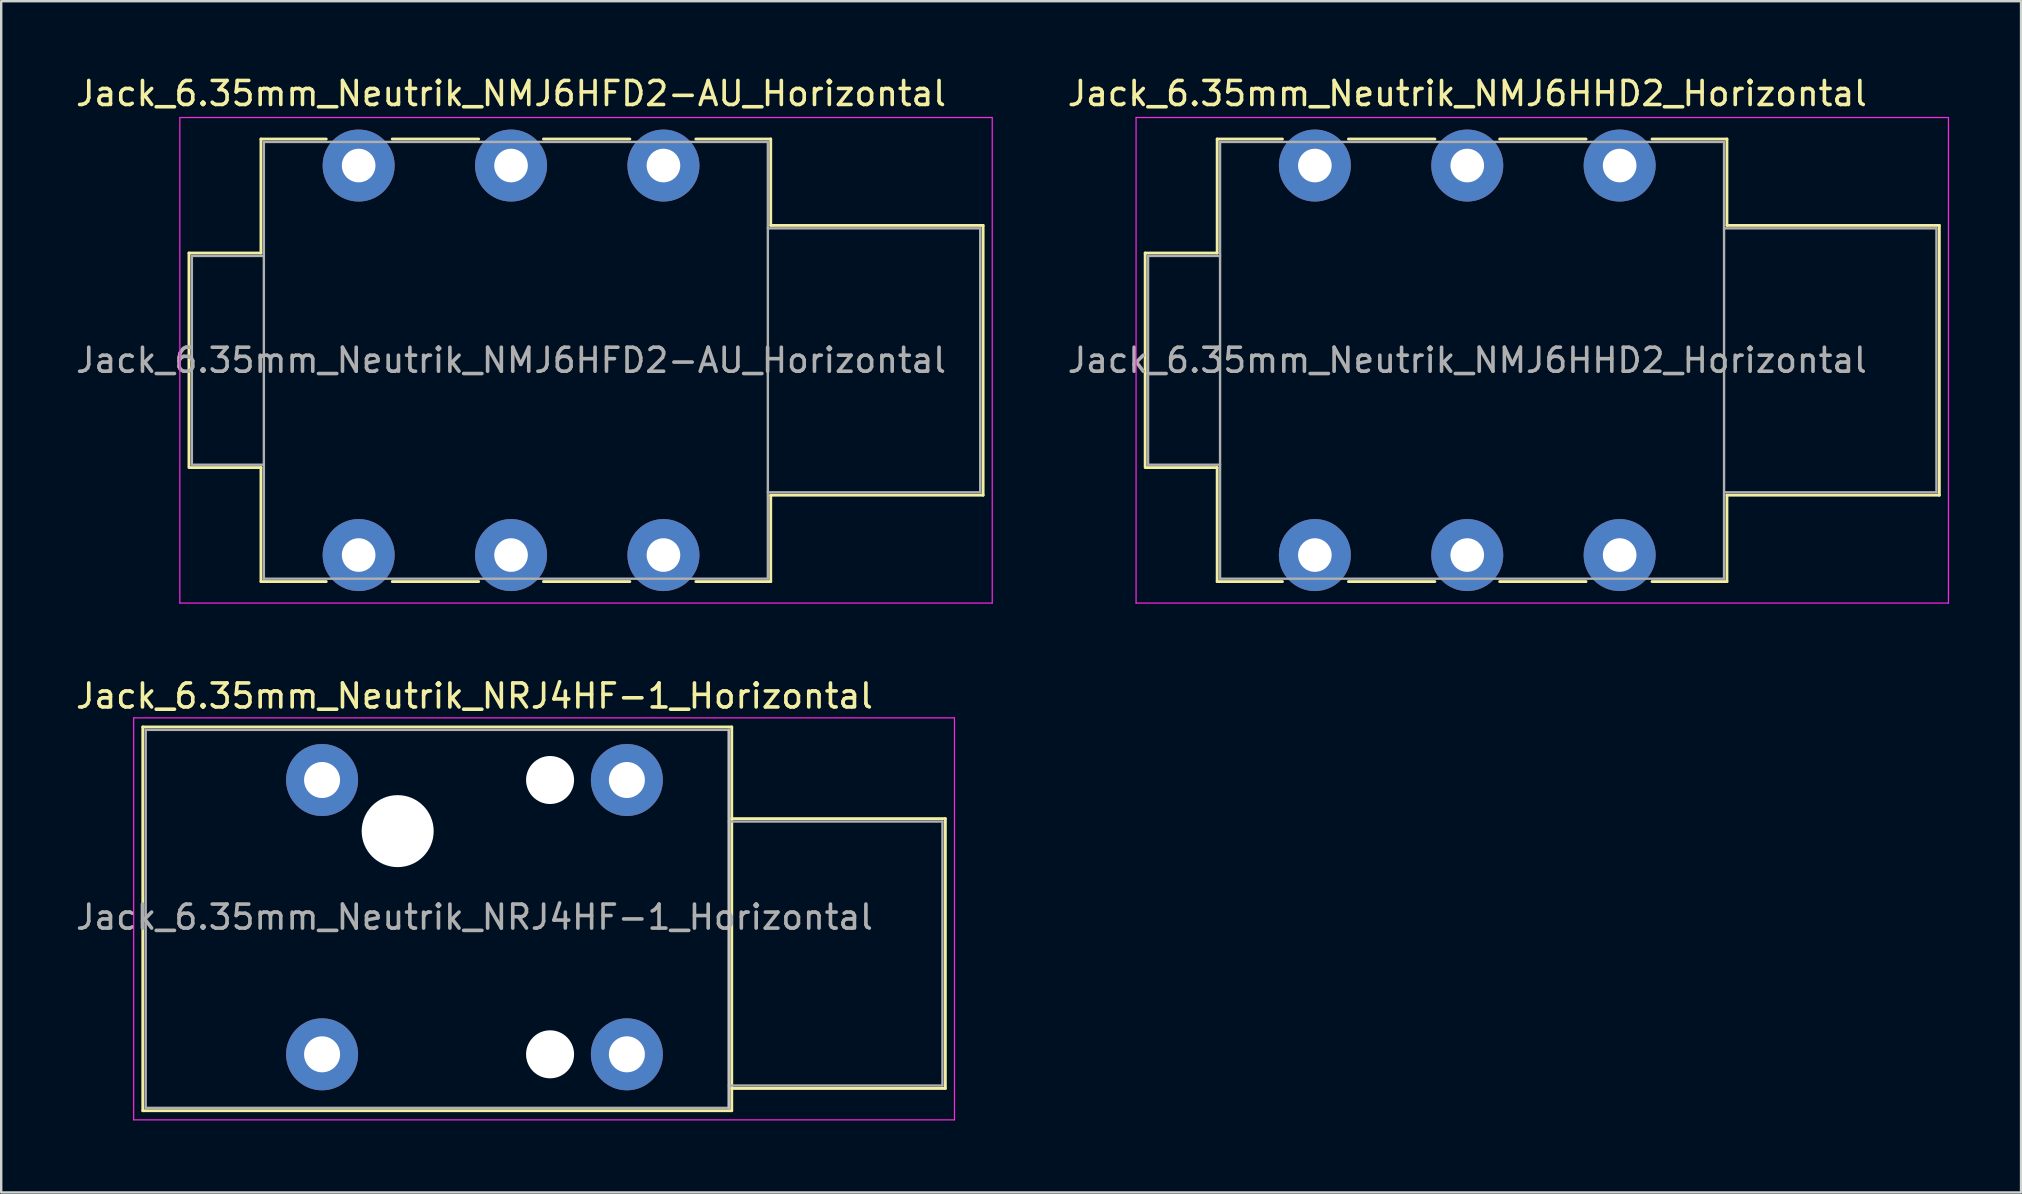
<source format=kicad_pcb>
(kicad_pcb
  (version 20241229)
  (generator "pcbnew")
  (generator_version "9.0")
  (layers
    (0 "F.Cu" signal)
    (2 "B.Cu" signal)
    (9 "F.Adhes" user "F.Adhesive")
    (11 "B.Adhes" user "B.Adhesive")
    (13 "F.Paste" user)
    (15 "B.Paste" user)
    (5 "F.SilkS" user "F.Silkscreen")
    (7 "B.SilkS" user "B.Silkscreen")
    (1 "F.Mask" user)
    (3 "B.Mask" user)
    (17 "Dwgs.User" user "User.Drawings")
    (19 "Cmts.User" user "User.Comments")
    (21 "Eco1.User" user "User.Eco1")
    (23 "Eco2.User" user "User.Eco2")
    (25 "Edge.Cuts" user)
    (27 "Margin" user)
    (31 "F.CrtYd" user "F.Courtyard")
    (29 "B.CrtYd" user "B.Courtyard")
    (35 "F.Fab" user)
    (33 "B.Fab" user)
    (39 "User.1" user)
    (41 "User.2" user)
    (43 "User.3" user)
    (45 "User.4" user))
  (footprint "Jack_6.35mm_Neutrik_NRJ4HF-1_Horizontal"
    (layer "F.Cu")
    (at 10.37 29.451)
    (property "Reference" "Jack_6.35mm_Neutrik_NRJ4HF-1_Horizontal" (at 6.35 -3.5 0) (layer "F.SilkS") (effects (font (size 1 1) (thickness 0.15))))
    (attr through_hole)
    (fp_line (start -7.47 -2.21) (end 17.07 -2.21) (stroke (width 0.12) (type solid)) (layer "F.SilkS"))
    (fp_line (start -7.47 13.78) (end -7.47 -2.21) (stroke (width 0.12) (type solid)) (layer "F.SilkS"))
    (fp_line (start -7.47 13.78) (end 17.07 13.78) (stroke (width 0.12) (type solid)) (layer "F.SilkS"))
    (fp_line (start 17.07 -2.21) (end 17.07 13.78) (stroke (width 0.12) (type solid)) (layer "F.SilkS"))
    (fp_line (start 25.97 1.61) (end 17.07 1.61) (stroke (width 0.12) (type solid)) (layer "F.SilkS"))
    (fp_line (start 25.97 12.85) (end 17.07 12.85) (stroke (width 0.12) (type solid)) (layer "F.SilkS"))
    (fp_line (start 25.97 12.85) (end 25.97 1.61) (stroke (width 0.12) (type solid)) (layer "F.SilkS"))
    (fp_line (start 16.95 -2.09) (end 16.95 13.66) (stroke (width 0.1) (type solid)) (layer "Dwgs.User"))
    (fp_line (start -7.85 14.16) (end -7.85 -2.59) (stroke (width 0.05) (type solid)) (layer "F.CrtYd"))
    (fp_line (start -7.85 14.16) (end 26.35 14.16) (stroke (width 0.05) (type solid)) (layer "F.CrtYd"))
    (fp_line (start 26.35 -2.59) (end -7.85 -2.59) (stroke (width 0.05) (type solid)) (layer "F.CrtYd"))
    (fp_line (start 26.35 14.16) (end 26.35 -2.59) (stroke (width 0.05) (type solid)) (layer "F.CrtYd"))
    (fp_line (start -7.35 -2.09) (end 16.95 -2.09) (stroke (width 0.1) (type solid)) (layer "F.Fab"))
    (fp_line (start -7.35 13.66) (end -7.35 -2.09) (stroke (width 0.1) (type solid)) (layer "F.Fab"))
    (fp_line (start 16.95 -2.09) (end 16.95 13.66) (stroke (width 0.1) (type solid)) (layer "F.Fab"))
    (fp_line (start 16.95 12.73) (end 25.85 12.73) (stroke (width 0.1) (type solid)) (layer "F.Fab"))
    (fp_line (start 16.95 13.66) (end -7.35 13.66) (stroke (width 0.1) (type solid)) (layer "F.Fab"))
    (fp_line (start 25.85 1.73) (end 16.95 1.73) (stroke (width 0.1) (type solid)) (layer "F.Fab"))
    (fp_line (start 25.85 12.73) (end 25.85 1.73) (stroke (width 0.1) (type solid)) (layer "F.Fab"))
    (fp_text user "${REFERENCE}" (at 6.35 5.715 0) (layer "F.Fab") (effects (font (size 1 1) (thickness 0.15))))
    (pad "" np_thru_hole circle (at 3.15 2.13) (size 3 3) (drill 3) (layers "*.Cu" "*.Mask"))
    (pad "" np_thru_hole circle (at 9.5 0) (size 2 2) (drill 2) (layers "*.Cu" "*.Mask"))
    (pad "" np_thru_hole circle (at 9.5 11.43) (size 2 2) (drill 2) (layers "*.Cu" "*.Mask"))
    (pad "G" thru_hole circle (at 12.7 11.43) (size 3 3) (drill 1.5) (layers "*.Cu" "*.Mask"))
    (pad "S" thru_hole circle (at 12.7 0) (size 3 3) (drill 1.5) (layers "*.Cu" "*.Mask"))
    (pad "T" thru_hole circle (at 0 0) (size 3 3) (drill 1.5) (layers "*.Cu" "*.Mask"))
    (pad "TN" thru_hole circle (at 0 11.43) (size 3 3) (drill 1.5) (layers "*.Cu" "*.Mask")))
  (footprint "Jack_6.35mm_Neutrik_NMJ6HHD2_Horizontal"
    (layer "F.Cu")
    (at 51.737 3.848)
    (property "Reference" "Jack_6.35mm_Neutrik_NMJ6HHD2_Horizontal" (at 6.35 -3 0) (layer "F.SilkS") (effects (font (size 1 1) (thickness 0.15))))
    (attr through_hole)
    (fp_line (start -7.07 3.645) (end -4.07 3.645) (stroke (width 0.12) (type solid)) (layer "F.SilkS"))
    (fp_line (start -7.07 12.545) (end -7.07 3.645) (stroke (width 0.12) (type solid)) (layer "F.SilkS"))
    (fp_line (start -7.07 12.585) (end -4.07 12.585) (stroke (width 0.12) (type solid)) (layer "F.SilkS"))
    (fp_line (start -4.07 -1.105) (end -1.35 -1.105) (stroke (width 0.12) (type solid)) (layer "F.SilkS"))
    (fp_line (start -4.07 3.645) (end -4.07 -1.105) (stroke (width 0.12) (type solid)) (layer "F.SilkS"))
    (fp_line (start -4.07 17.335) (end -4.07 12.585) (stroke (width 0.12) (type solid)) (layer "F.SilkS"))
    (fp_line (start -1.35 17.335) (end -4.07 17.335) (stroke (width 0.12) (type solid)) (layer "F.SilkS"))
    (fp_line (start 1.4 -1.105) (end 5 -1.105) (stroke (width 0.12) (type solid)) (layer "F.SilkS"))
    (fp_line (start 5 17.335) (end 1.4 17.335) (stroke (width 0.12) (type solid)) (layer "F.SilkS"))
    (fp_line (start 7.7 -1.105) (end 11.3 -1.105) (stroke (width 0.12) (type solid)) (layer "F.SilkS"))
    (fp_line (start 11.3 17.335) (end 7.7 17.335) (stroke (width 0.12) (type solid)) (layer "F.SilkS"))
    (fp_line (start 17.17 -1.105) (end 14.05 -1.105) (stroke (width 0.12) (type solid)) (layer "F.SilkS"))
    (fp_line (start 17.17 2.495) (end 17.17 -1.105) (stroke (width 0.12) (type solid)) (layer "F.SilkS"))
    (fp_line (start 17.17 2.495) (end 26.02 2.495) (stroke (width 0.12) (type solid)) (layer "F.SilkS"))
    (fp_line (start 17.17 13.735) (end 26.02 13.735) (stroke (width 0.12) (type solid)) (layer "F.SilkS"))
    (fp_line (start 17.17 17.335) (end 14.05 17.335) (stroke (width 0.12) (type solid)) (layer "F.SilkS"))
    (fp_line (start 17.17 17.335) (end 17.17 13.735) (stroke (width 0.12) (type solid)) (layer "F.SilkS"))
    (fp_line (start 26.02 13.735) (end 26.02 2.495) (stroke (width 0.12) (type solid)) (layer "F.SilkS"))
    (fp_line (start -7.45 18.23) (end -7.45 -2) (stroke (width 0.05) (type solid)) (layer "F.CrtYd"))
    (fp_line (start -7.45 18.23) (end 26.4 18.23) (stroke (width 0.05) (type solid)) (layer "F.CrtYd"))
    (fp_line (start 26.4 -2) (end -7.45 -2) (stroke (width 0.05) (type solid)) (layer "F.CrtYd"))
    (fp_line (start 26.4 18.23) (end 26.4 -2) (stroke (width 0.05) (type solid)) (layer "F.CrtYd"))
    (fp_line (start -6.95 3.765) (end -3.95 3.765) (stroke (width 0.1) (type solid)) (layer "F.Fab"))
    (fp_line (start -6.95 12.465) (end -6.95 3.765) (stroke (width 0.1) (type solid)) (layer "F.Fab"))
    (fp_line (start -6.95 12.465) (end -3.95 12.465) (stroke (width 0.1) (type solid)) (layer "F.Fab"))
    (fp_line (start -3.95 17.215) (end -3.95 -0.985) (stroke (width 0.1) (type solid)) (layer "F.Fab"))
    (fp_line (start 17.05 -0.985) (end -3.95 -0.985) (stroke (width 0.1) (type solid)) (layer "F.Fab"))
    (fp_line (start 17.05 17.215) (end -3.95 17.215) (stroke (width 0.1) (type solid)) (layer "F.Fab"))
    (fp_line (start 17.05 17.215) (end 17.05 -0.985) (stroke (width 0.1) (type solid)) (layer "F.Fab"))
    (fp_line (start 25.9 2.615) (end 17.05 2.615) (stroke (width 0.1) (type solid)) (layer "F.Fab"))
    (fp_line (start 25.9 13.615) (end 17.05 13.615) (stroke (width 0.1) (type solid)) (layer "F.Fab"))
    (fp_line (start 25.9 13.615) (end 25.9 2.615) (stroke (width 0.1) (type solid)) (layer "F.Fab"))
    (fp_text user "${REFERENCE}" (at 6.35 8.115 0) (layer "F.Fab") (effects (font (size 1 1) (thickness 0.15))))
    (pad "R" thru_hole circle (at 6.35 0) (size 3 3) (drill 1.4) (layers "*.Cu" "*.Mask"))
    (pad "RN" thru_hole circle (at 6.35 16.23) (size 3 3) (drill 1.4) (layers "*.Cu" "*.Mask"))
    (pad "S" thru_hole circle (at 12.7 0) (size 3 3) (drill 1.4) (layers "*.Cu" "*.Mask"))
    (pad "SN" thru_hole circle (at 12.7 16.23) (size 3 3) (drill 1.4) (layers "*.Cu" "*.Mask"))
    (pad "T" thru_hole circle (at 0 0) (size 3 3) (drill 1.4) (layers "*.Cu" "*.Mask"))
    (pad "TN" thru_hole circle (at 0 16.23) (size 3 3) (drill 1.4) (layers "*.Cu" "*.Mask")))
  (footprint "Jack_6.35mm_Neutrik_NMJ6HFD2-AU_Horizontal"
    (layer "F.Cu")
    (at 11.894 3.848)
    (property "Reference" "Jack_6.35mm_Neutrik_NMJ6HFD2-AU_Horizontal" (at 6.35 -3 0) (layer "F.SilkS") (effects (font (size 1 1) (thickness 0.15))))
    (attr through_hole)
    (fp_line (start -7.07 3.645) (end -4.07 3.645) (stroke (width 0.12) (type solid)) (layer "F.SilkS"))
    (fp_line (start -7.07 12.545) (end -7.07 3.645) (stroke (width 0.12) (type solid)) (layer "F.SilkS"))
    (fp_line (start -7.07 12.585) (end -4.07 12.585) (stroke (width 0.12) (type solid)) (layer "F.SilkS"))
    (fp_line (start -4.07 -1.105) (end -1.35 -1.105) (stroke (width 0.12) (type solid)) (layer "F.SilkS"))
    (fp_line (start -4.07 3.645) (end -4.07 -1.105) (stroke (width 0.12) (type solid)) (layer "F.SilkS"))
    (fp_line (start -4.07 17.335) (end -4.07 12.585) (stroke (width 0.12) (type solid)) (layer "F.SilkS"))
    (fp_line (start -1.35 17.335) (end -4.07 17.335) (stroke (width 0.12) (type solid)) (layer "F.SilkS"))
    (fp_line (start 1.4 -1.105) (end 5 -1.105) (stroke (width 0.12) (type solid)) (layer "F.SilkS"))
    (fp_line (start 5 17.335) (end 1.4 17.335) (stroke (width 0.12) (type solid)) (layer "F.SilkS"))
    (fp_line (start 7.7 -1.105) (end 11.3 -1.105) (stroke (width 0.12) (type solid)) (layer "F.SilkS"))
    (fp_line (start 11.3 17.335) (end 7.7 17.335) (stroke (width 0.12) (type solid)) (layer "F.SilkS"))
    (fp_line (start 17.17 -1.105) (end 14.05 -1.105) (stroke (width 0.12) (type solid)) (layer "F.SilkS"))
    (fp_line (start 17.17 2.495) (end 17.17 -1.105) (stroke (width 0.12) (type solid)) (layer "F.SilkS"))
    (fp_line (start 17.17 2.495) (end 26.02 2.495) (stroke (width 0.12) (type solid)) (layer "F.SilkS"))
    (fp_line (start 17.17 13.735) (end 26.02 13.735) (stroke (width 0.12) (type solid)) (layer "F.SilkS"))
    (fp_line (start 17.17 17.335) (end 14.05 17.335) (stroke (width 0.12) (type solid)) (layer "F.SilkS"))
    (fp_line (start 17.17 17.335) (end 17.17 13.735) (stroke (width 0.12) (type solid)) (layer "F.SilkS"))
    (fp_line (start 26.02 13.735) (end 26.02 2.495) (stroke (width 0.12) (type solid)) (layer "F.SilkS"))
    (fp_line (start -7.45 18.23) (end -7.45 -2) (stroke (width 0.05) (type solid)) (layer "F.CrtYd"))
    (fp_line (start -7.45 18.23) (end 26.4 18.23) (stroke (width 0.05) (type solid)) (layer "F.CrtYd"))
    (fp_line (start 26.4 -2) (end -7.45 -2) (stroke (width 0.05) (type solid)) (layer "F.CrtYd"))
    (fp_line (start 26.4 18.23) (end 26.4 -2) (stroke (width 0.05) (type solid)) (layer "F.CrtYd"))
    (fp_line (start -6.95 3.765) (end -3.95 3.765) (stroke (width 0.1) (type solid)) (layer "F.Fab"))
    (fp_line (start -6.95 12.465) (end -6.95 3.765) (stroke (width 0.1) (type solid)) (layer "F.Fab"))
    (fp_line (start -6.95 12.465) (end -3.95 12.465) (stroke (width 0.1) (type solid)) (layer "F.Fab"))
    (fp_line (start -3.95 17.215) (end -3.95 -0.985) (stroke (width 0.1) (type solid)) (layer "F.Fab"))
    (fp_line (start 17.05 -0.985) (end -3.95 -0.985) (stroke (width 0.1) (type solid)) (layer "F.Fab"))
    (fp_line (start 17.05 17.215) (end -3.95 17.215) (stroke (width 0.1) (type solid)) (layer "F.Fab"))
    (fp_line (start 17.05 17.215) (end 17.05 -0.985) (stroke (width 0.1) (type solid)) (layer "F.Fab"))
    (fp_line (start 25.9 2.615) (end 17.05 2.615) (stroke (width 0.1) (type solid)) (layer "F.Fab"))
    (fp_line (start 25.9 13.615) (end 17.05 13.615) (stroke (width 0.1) (type solid)) (layer "F.Fab"))
    (fp_line (start 25.9 13.615) (end 25.9 2.615) (stroke (width 0.1) (type solid)) (layer "F.Fab"))
    (fp_text user "${REFERENCE}" (at 6.35 8.115 0) (layer "F.Fab") (effects (font (size 1 1) (thickness 0.15))))
    (pad "R" thru_hole circle (at 6.35 0) (size 3 3) (drill 1.4) (layers "*.Cu" "*.Mask"))
    (pad "RN" thru_hole circle (at 6.35 16.23) (size 3 3) (drill 1.4) (layers "*.Cu" "*.Mask"))
    (pad "S" thru_hole circle (at 12.7 0) (size 3 3) (drill 1.4) (layers "*.Cu" "*.Mask"))
    (pad "SN" thru_hole circle (at 12.7 16.23) (size 3 3) (drill 1.4) (layers "*.Cu" "*.Mask"))
    (pad "T" thru_hole circle (at 0 0) (size 3 3) (drill 1.4) (layers "*.Cu" "*.Mask"))
    (pad "TN" thru_hole circle (at 0 16.23) (size 3 3) (drill 1.4) (layers "*.Cu" "*.Mask")))
  (gr_rect
    (start -3 -3)
    (end 81.162 46.636)
    (stroke (width 0.1) (type default))
    (fill no)
    (layer "Edge.Cuts")))
</source>
